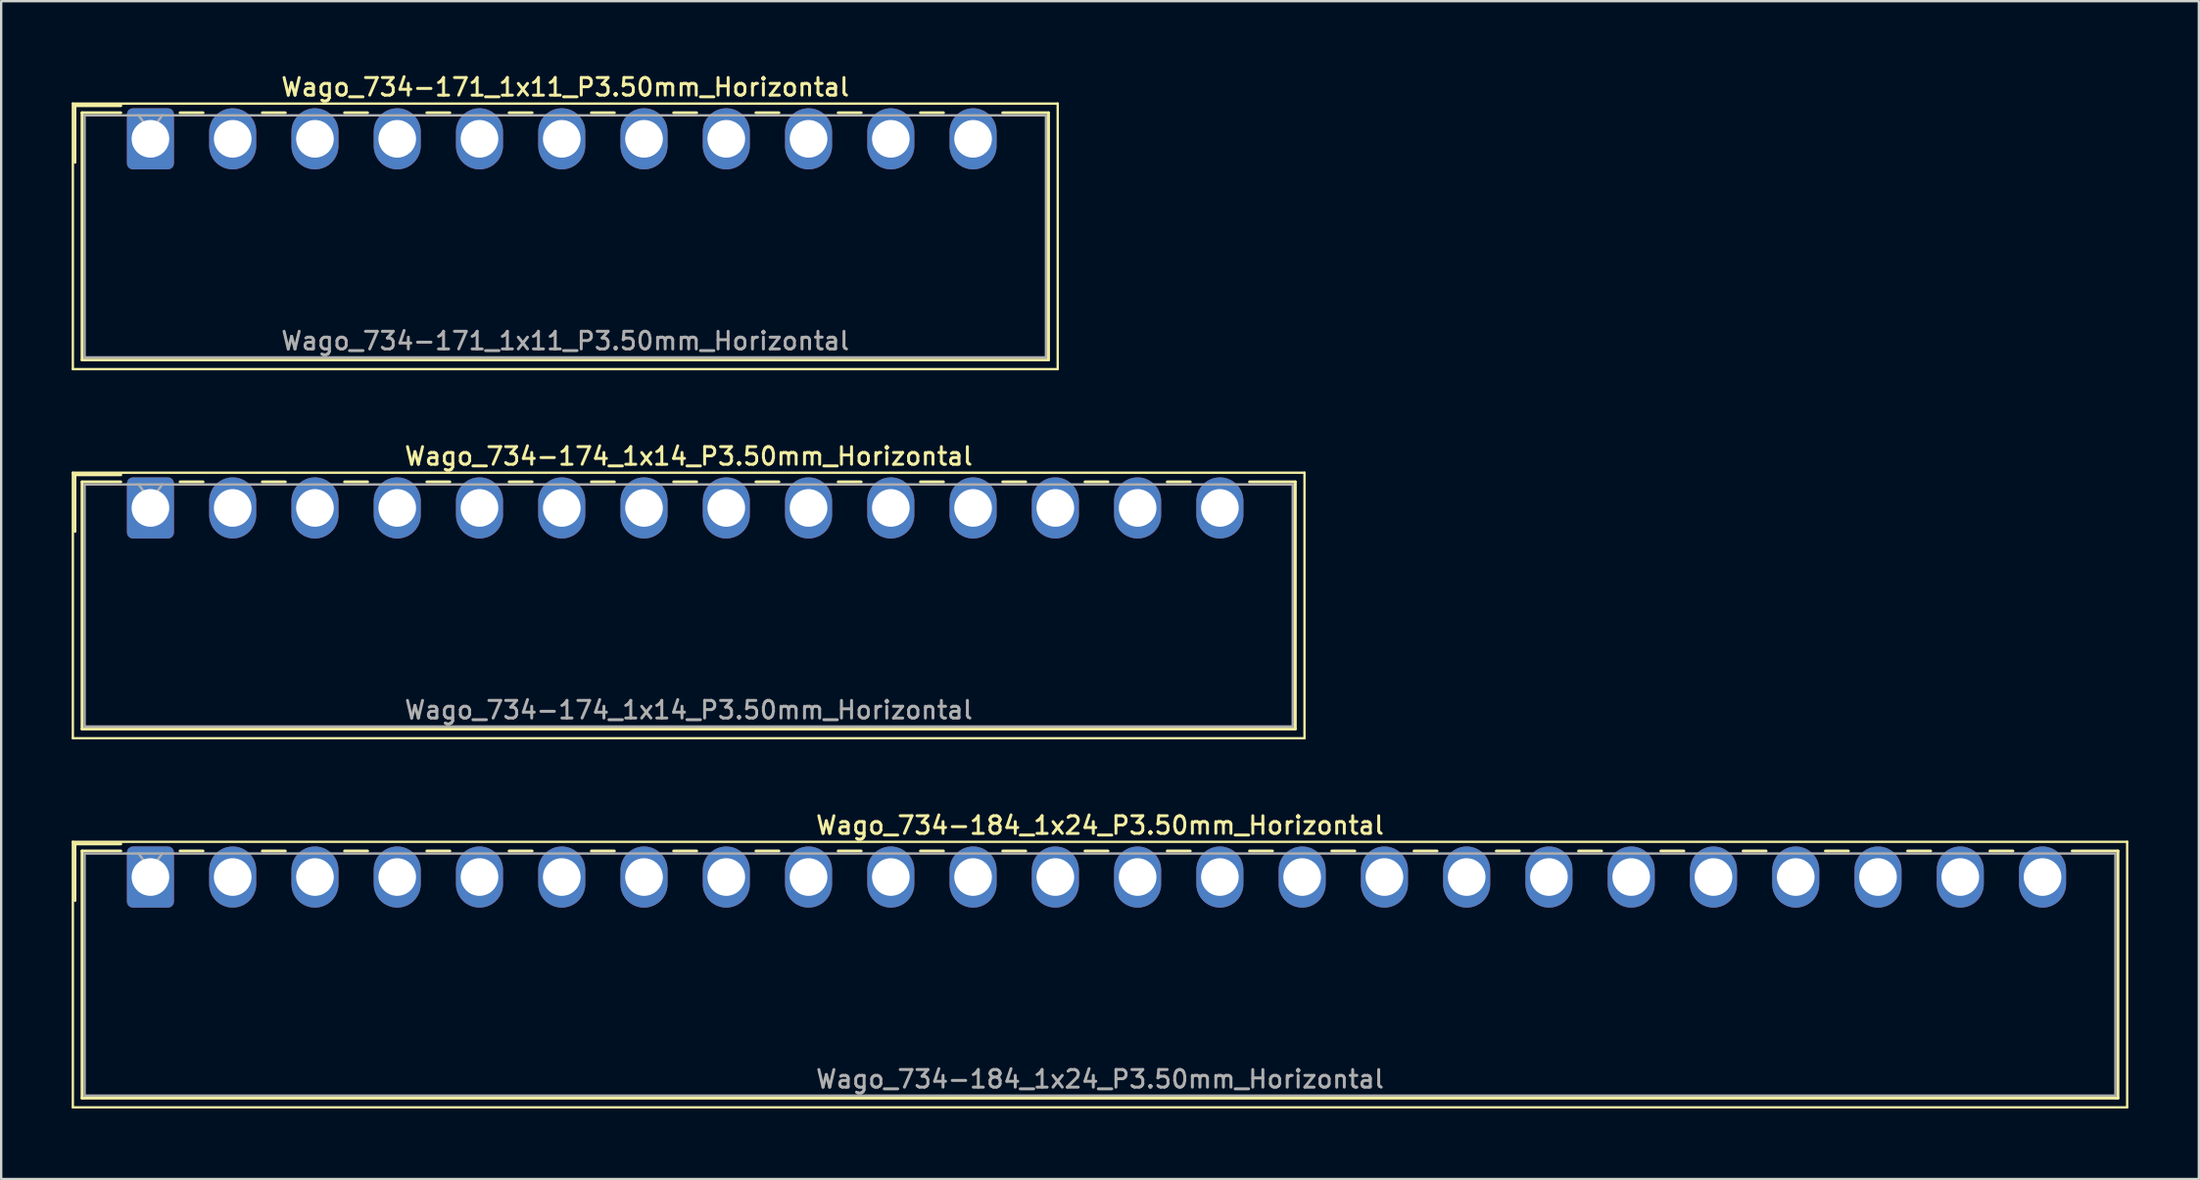
<source format=kicad_pcb>
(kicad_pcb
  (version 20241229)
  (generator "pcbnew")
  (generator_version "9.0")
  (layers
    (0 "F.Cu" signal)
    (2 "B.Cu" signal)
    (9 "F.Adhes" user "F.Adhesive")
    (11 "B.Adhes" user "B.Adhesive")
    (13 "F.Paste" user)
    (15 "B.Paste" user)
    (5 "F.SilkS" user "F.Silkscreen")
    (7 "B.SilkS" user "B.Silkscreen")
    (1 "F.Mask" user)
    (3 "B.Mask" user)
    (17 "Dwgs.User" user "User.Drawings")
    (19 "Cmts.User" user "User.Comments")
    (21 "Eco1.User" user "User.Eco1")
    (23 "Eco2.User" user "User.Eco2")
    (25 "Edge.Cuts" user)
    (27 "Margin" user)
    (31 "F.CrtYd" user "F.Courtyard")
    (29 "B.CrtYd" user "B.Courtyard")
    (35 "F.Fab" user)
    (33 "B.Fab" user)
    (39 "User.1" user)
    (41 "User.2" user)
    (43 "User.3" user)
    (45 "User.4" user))
  (footprint "Wago_734-171_1x11_P3.50mm_Horizontal"
    (layer "F.Cu")
    (at 3.35 2.858)
    (property "Reference" "Wago_734-171_1x11_P3.50mm_Horizontal" (at 17.65 -2.2 0) (layer "F.SilkS") (effects (font (size 0.75 0.75) (thickness 0.125))))
    (attr through_hole)
    (fp_line (start -3.3 -1.5) (end -3.3 9.8) (stroke (width 0.1) (type solid)) (layer "F.SilkS"))
    (fp_line (start -3.3 9.8) (end 38.6 9.8) (stroke (width 0.1) (type solid)) (layer "F.SilkS"))
    (fp_line (start -3.21 -1.41) (end -1.26 -1.41) (stroke (width 0.12) (type solid)) (layer "F.SilkS"))
    (fp_line (start -3.21 1) (end -3.21 -1.41) (stroke (width 0.12) (type solid)) (layer "F.SilkS"))
    (fp_line (start -2.91 -1.11) (end -2.91 9.41) (stroke (width 0.12) (type solid)) (layer "F.SilkS"))
    (fp_line (start -2.91 9.41) (end 38.21 9.41) (stroke (width 0.12) (type solid)) (layer "F.SilkS"))
    (fp_line (start -1.26 -1.11) (end -2.91 -1.11) (stroke (width 0.12) (type solid)) (layer "F.SilkS"))
    (fp_line (start 1.26 -1.11) (end 2.24 -1.11) (stroke (width 0.12) (type solid)) (layer "F.SilkS"))
    (fp_line (start 4.76 -1.11) (end 5.74 -1.11) (stroke (width 0.12) (type solid)) (layer "F.SilkS"))
    (fp_line (start 8.26 -1.11) (end 9.24 -1.11) (stroke (width 0.12) (type solid)) (layer "F.SilkS"))
    (fp_line (start 11.76 -1.11) (end 12.74 -1.11) (stroke (width 0.12) (type solid)) (layer "F.SilkS"))
    (fp_line (start 15.26 -1.11) (end 16.24 -1.11) (stroke (width 0.12) (type solid)) (layer "F.SilkS"))
    (fp_line (start 18.76 -1.11) (end 19.74 -1.11) (stroke (width 0.12) (type solid)) (layer "F.SilkS"))
    (fp_line (start 22.26 -1.11) (end 23.24 -1.11) (stroke (width 0.12) (type solid)) (layer "F.SilkS"))
    (fp_line (start 25.76 -1.11) (end 26.74 -1.11) (stroke (width 0.12) (type solid)) (layer "F.SilkS"))
    (fp_line (start 29.26 -1.11) (end 30.24 -1.11) (stroke (width 0.12) (type solid)) (layer "F.SilkS"))
    (fp_line (start 32.76 -1.11) (end 33.74 -1.11) (stroke (width 0.12) (type solid)) (layer "F.SilkS"))
    (fp_line (start 38.21 -1.11) (end 36.26 -1.11) (stroke (width 0.12) (type solid)) (layer "F.SilkS"))
    (fp_line (start 38.21 9.41) (end 38.21 -1.11) (stroke (width 0.12) (type solid)) (layer "F.SilkS"))
    (fp_line (start 38.6 -1.5) (end -3.3 -1.5) (stroke (width 0.1) (type solid)) (layer "F.SilkS"))
    (fp_line (start 38.6 9.8) (end 38.6 -1.5) (stroke (width 0.1) (type solid)) (layer "F.SilkS"))
    (fp_line (start -2.8 -1) (end -2.8 9.3) (stroke (width 0.1) (type solid)) (layer "F.Fab"))
    (fp_line (start -2.8 9.3) (end 38.1 9.3) (stroke (width 0.1) (type solid)) (layer "F.Fab"))
    (fp_line (start -0.5 -1) (end 0 -0.293) (stroke (width 0.1) (type solid)) (layer "F.Fab"))
    (fp_line (start 0 -0.293) (end 0.5 -1) (stroke (width 0.1) (type solid)) (layer "F.Fab"))
    (fp_line (start 38.1 -1) (end -2.8 -1) (stroke (width 0.1) (type solid)) (layer "F.Fab"))
    (fp_line (start 38.1 9.3) (end 38.1 -1) (stroke (width 0.1) (type solid)) (layer "F.Fab"))
    (fp_text user "${REFERENCE}" (at 17.65 8.6 0) (layer "F.Fab") (effects (font (size 0.75 0.75) (thickness 0.125))))
    (pad "1" thru_hole roundrect (at 0 0) (size 2 2.6) (drill 1.6) (layers "*.Cu" "*.Mask") (roundrect_rratio 0.125))
    (pad "2" thru_hole oval (at 3.5 0) (size 2 2.6) (drill 1.6) (layers "*.Cu" "*.Mask"))
    (pad "3" thru_hole oval (at 7 0) (size 2 2.6) (drill 1.6) (layers "*.Cu" "*.Mask"))
    (pad "4" thru_hole oval (at 10.5 0) (size 2 2.6) (drill 1.6) (layers "*.Cu" "*.Mask"))
    (pad "5" thru_hole oval (at 14 0) (size 2 2.6) (drill 1.6) (layers "*.Cu" "*.Mask"))
    (pad "6" thru_hole oval (at 17.5 0) (size 2 2.6) (drill 1.6) (layers "*.Cu" "*.Mask"))
    (pad "7" thru_hole oval (at 21 0) (size 2 2.6) (drill 1.6) (layers "*.Cu" "*.Mask"))
    (pad "8" thru_hole oval (at 24.5 0) (size 2 2.6) (drill 1.6) (layers "*.Cu" "*.Mask"))
    (pad "9" thru_hole oval (at 28 0) (size 2 2.6) (drill 1.6) (layers "*.Cu" "*.Mask"))
    (pad "10" thru_hole oval (at 31.5 0) (size 2 2.6) (drill 1.6) (layers "*.Cu" "*.Mask"))
    (pad "11" thru_hole oval (at 35 0) (size 2 2.6) (drill 1.6) (layers "*.Cu" "*.Mask")))
  (footprint "Wago_734-174_1x14_P3.50mm_Horizontal"
    (layer "F.Cu")
    (at 3.35 18.566)
    (property "Reference" "Wago_734-174_1x14_P3.50mm_Horizontal" (at 22.9 -2.2 0) (layer "F.SilkS") (effects (font (size 0.75 0.75) (thickness 0.125))))
    (attr through_hole)
    (fp_line (start -3.3 -1.5) (end -3.3 9.8) (stroke (width 0.1) (type solid)) (layer "F.SilkS"))
    (fp_line (start -3.3 9.8) (end 49.1 9.8) (stroke (width 0.1) (type solid)) (layer "F.SilkS"))
    (fp_line (start -3.21 -1.41) (end -1.26 -1.41) (stroke (width 0.12) (type solid)) (layer "F.SilkS"))
    (fp_line (start -3.21 1) (end -3.21 -1.41) (stroke (width 0.12) (type solid)) (layer "F.SilkS"))
    (fp_line (start -2.91 -1.11) (end -2.91 9.41) (stroke (width 0.12) (type solid)) (layer "F.SilkS"))
    (fp_line (start -2.91 9.41) (end 48.71 9.41) (stroke (width 0.12) (type solid)) (layer "F.SilkS"))
    (fp_line (start -1.26 -1.11) (end -2.91 -1.11) (stroke (width 0.12) (type solid)) (layer "F.SilkS"))
    (fp_line (start 1.26 -1.11) (end 2.24 -1.11) (stroke (width 0.12) (type solid)) (layer "F.SilkS"))
    (fp_line (start 4.76 -1.11) (end 5.74 -1.11) (stroke (width 0.12) (type solid)) (layer "F.SilkS"))
    (fp_line (start 8.26 -1.11) (end 9.24 -1.11) (stroke (width 0.12) (type solid)) (layer "F.SilkS"))
    (fp_line (start 11.76 -1.11) (end 12.74 -1.11) (stroke (width 0.12) (type solid)) (layer "F.SilkS"))
    (fp_line (start 15.26 -1.11) (end 16.24 -1.11) (stroke (width 0.12) (type solid)) (layer "F.SilkS"))
    (fp_line (start 18.76 -1.11) (end 19.74 -1.11) (stroke (width 0.12) (type solid)) (layer "F.SilkS"))
    (fp_line (start 22.26 -1.11) (end 23.24 -1.11) (stroke (width 0.12) (type solid)) (layer "F.SilkS"))
    (fp_line (start 25.76 -1.11) (end 26.74 -1.11) (stroke (width 0.12) (type solid)) (layer "F.SilkS"))
    (fp_line (start 29.26 -1.11) (end 30.24 -1.11) (stroke (width 0.12) (type solid)) (layer "F.SilkS"))
    (fp_line (start 32.76 -1.11) (end 33.74 -1.11) (stroke (width 0.12) (type solid)) (layer "F.SilkS"))
    (fp_line (start 36.26 -1.11) (end 37.24 -1.11) (stroke (width 0.12) (type solid)) (layer "F.SilkS"))
    (fp_line (start 39.76 -1.11) (end 40.74 -1.11) (stroke (width 0.12) (type solid)) (layer "F.SilkS"))
    (fp_line (start 43.26 -1.11) (end 44.24 -1.11) (stroke (width 0.12) (type solid)) (layer "F.SilkS"))
    (fp_line (start 48.71 -1.11) (end 46.76 -1.11) (stroke (width 0.12) (type solid)) (layer "F.SilkS"))
    (fp_line (start 48.71 9.41) (end 48.71 -1.11) (stroke (width 0.12) (type solid)) (layer "F.SilkS"))
    (fp_line (start 49.1 -1.5) (end -3.3 -1.5) (stroke (width 0.1) (type solid)) (layer "F.SilkS"))
    (fp_line (start 49.1 9.8) (end 49.1 -1.5) (stroke (width 0.1) (type solid)) (layer "F.SilkS"))
    (fp_line (start -2.8 -1) (end -2.8 9.3) (stroke (width 0.1) (type solid)) (layer "F.Fab"))
    (fp_line (start -2.8 9.3) (end 48.6 9.3) (stroke (width 0.1) (type solid)) (layer "F.Fab"))
    (fp_line (start -0.5 -1) (end 0 -0.293) (stroke (width 0.1) (type solid)) (layer "F.Fab"))
    (fp_line (start 0 -0.293) (end 0.5 -1) (stroke (width 0.1) (type solid)) (layer "F.Fab"))
    (fp_line (start 48.6 -1) (end -2.8 -1) (stroke (width 0.1) (type solid)) (layer "F.Fab"))
    (fp_line (start 48.6 9.3) (end 48.6 -1) (stroke (width 0.1) (type solid)) (layer "F.Fab"))
    (fp_text user "${REFERENCE}" (at 22.9 8.6 0) (layer "F.Fab") (effects (font (size 0.75 0.75) (thickness 0.125))))
    (pad "1" thru_hole roundrect (at 0 0) (size 2 2.6) (drill 1.6) (layers "*.Cu" "*.Mask") (roundrect_rratio 0.125))
    (pad "2" thru_hole oval (at 3.5 0) (size 2 2.6) (drill 1.6) (layers "*.Cu" "*.Mask"))
    (pad "3" thru_hole oval (at 7 0) (size 2 2.6) (drill 1.6) (layers "*.Cu" "*.Mask"))
    (pad "4" thru_hole oval (at 10.5 0) (size 2 2.6) (drill 1.6) (layers "*.Cu" "*.Mask"))
    (pad "5" thru_hole oval (at 14 0) (size 2 2.6) (drill 1.6) (layers "*.Cu" "*.Mask"))
    (pad "6" thru_hole oval (at 17.5 0) (size 2 2.6) (drill 1.6) (layers "*.Cu" "*.Mask"))
    (pad "7" thru_hole oval (at 21 0) (size 2 2.6) (drill 1.6) (layers "*.Cu" "*.Mask"))
    (pad "8" thru_hole oval (at 24.5 0) (size 2 2.6) (drill 1.6) (layers "*.Cu" "*.Mask"))
    (pad "9" thru_hole oval (at 28 0) (size 2 2.6) (drill 1.6) (layers "*.Cu" "*.Mask"))
    (pad "10" thru_hole oval (at 31.5 0) (size 2 2.6) (drill 1.6) (layers "*.Cu" "*.Mask"))
    (pad "11" thru_hole oval (at 35 0) (size 2 2.6) (drill 1.6) (layers "*.Cu" "*.Mask"))
    (pad "12" thru_hole oval (at 38.5 0) (size 2 2.6) (drill 1.6) (layers "*.Cu" "*.Mask"))
    (pad "13" thru_hole oval (at 42 0) (size 2 2.6) (drill 1.6) (layers "*.Cu" "*.Mask"))
    (pad "14" thru_hole oval (at 45.5 0) (size 2 2.6) (drill 1.6) (layers "*.Cu" "*.Mask")))
  (footprint "Wago_734-184_1x24_P3.50mm_Horizontal"
    (layer "F.Cu")
    (at 3.35 34.274)
    (property "Reference" "Wago_734-184_1x24_P3.50mm_Horizontal" (at 40.4 -2.2 0) (layer "F.SilkS") (effects (font (size 0.75 0.75) (thickness 0.125))))
    (attr through_hole)
    (fp_line (start -3.3 -1.5) (end -3.3 9.8) (stroke (width 0.1) (type solid)) (layer "F.SilkS"))
    (fp_line (start -3.3 9.8) (end 84.1 9.8) (stroke (width 0.1) (type solid)) (layer "F.SilkS"))
    (fp_line (start -3.21 -1.41) (end -1.26 -1.41) (stroke (width 0.12) (type solid)) (layer "F.SilkS"))
    (fp_line (start -3.21 1) (end -3.21 -1.41) (stroke (width 0.12) (type solid)) (layer "F.SilkS"))
    (fp_line (start -2.91 -1.11) (end -2.91 9.41) (stroke (width 0.12) (type solid)) (layer "F.SilkS"))
    (fp_line (start -2.91 9.41) (end 83.71 9.41) (stroke (width 0.12) (type solid)) (layer "F.SilkS"))
    (fp_line (start -1.26 -1.11) (end -2.91 -1.11) (stroke (width 0.12) (type solid)) (layer "F.SilkS"))
    (fp_line (start 1.26 -1.11) (end 2.24 -1.11) (stroke (width 0.12) (type solid)) (layer "F.SilkS"))
    (fp_line (start 4.76 -1.11) (end 5.74 -1.11) (stroke (width 0.12) (type solid)) (layer "F.SilkS"))
    (fp_line (start 8.26 -1.11) (end 9.24 -1.11) (stroke (width 0.12) (type solid)) (layer "F.SilkS"))
    (fp_line (start 11.76 -1.11) (end 12.74 -1.11) (stroke (width 0.12) (type solid)) (layer "F.SilkS"))
    (fp_line (start 15.26 -1.11) (end 16.24 -1.11) (stroke (width 0.12) (type solid)) (layer "F.SilkS"))
    (fp_line (start 18.76 -1.11) (end 19.74 -1.11) (stroke (width 0.12) (type solid)) (layer "F.SilkS"))
    (fp_line (start 22.26 -1.11) (end 23.24 -1.11) (stroke (width 0.12) (type solid)) (layer "F.SilkS"))
    (fp_line (start 25.76 -1.11) (end 26.74 -1.11) (stroke (width 0.12) (type solid)) (layer "F.SilkS"))
    (fp_line (start 29.26 -1.11) (end 30.24 -1.11) (stroke (width 0.12) (type solid)) (layer "F.SilkS"))
    (fp_line (start 32.76 -1.11) (end 33.74 -1.11) (stroke (width 0.12) (type solid)) (layer "F.SilkS"))
    (fp_line (start 36.26 -1.11) (end 37.24 -1.11) (stroke (width 0.12) (type solid)) (layer "F.SilkS"))
    (fp_line (start 39.76 -1.11) (end 40.74 -1.11) (stroke (width 0.12) (type solid)) (layer "F.SilkS"))
    (fp_line (start 43.26 -1.11) (end 44.24 -1.11) (stroke (width 0.12) (type solid)) (layer "F.SilkS"))
    (fp_line (start 46.76 -1.11) (end 47.74 -1.11) (stroke (width 0.12) (type solid)) (layer "F.SilkS"))
    (fp_line (start 50.26 -1.11) (end 51.24 -1.11) (stroke (width 0.12) (type solid)) (layer "F.SilkS"))
    (fp_line (start 53.76 -1.11) (end 54.74 -1.11) (stroke (width 0.12) (type solid)) (layer "F.SilkS"))
    (fp_line (start 57.26 -1.11) (end 58.24 -1.11) (stroke (width 0.12) (type solid)) (layer "F.SilkS"))
    (fp_line (start 60.76 -1.11) (end 61.74 -1.11) (stroke (width 0.12) (type solid)) (layer "F.SilkS"))
    (fp_line (start 64.26 -1.11) (end 65.24 -1.11) (stroke (width 0.12) (type solid)) (layer "F.SilkS"))
    (fp_line (start 67.76 -1.11) (end 68.74 -1.11) (stroke (width 0.12) (type solid)) (layer "F.SilkS"))
    (fp_line (start 71.26 -1.11) (end 72.24 -1.11) (stroke (width 0.12) (type solid)) (layer "F.SilkS"))
    (fp_line (start 74.76 -1.11) (end 75.74 -1.11) (stroke (width 0.12) (type solid)) (layer "F.SilkS"))
    (fp_line (start 78.26 -1.11) (end 79.24 -1.11) (stroke (width 0.12) (type solid)) (layer "F.SilkS"))
    (fp_line (start 83.71 -1.11) (end 81.76 -1.11) (stroke (width 0.12) (type solid)) (layer "F.SilkS"))
    (fp_line (start 83.71 9.41) (end 83.71 -1.11) (stroke (width 0.12) (type solid)) (layer "F.SilkS"))
    (fp_line (start 84.1 -1.5) (end -3.3 -1.5) (stroke (width 0.1) (type solid)) (layer "F.SilkS"))
    (fp_line (start 84.1 9.8) (end 84.1 -1.5) (stroke (width 0.1) (type solid)) (layer "F.SilkS"))
    (fp_line (start -2.8 -1) (end -2.8 9.3) (stroke (width 0.1) (type solid)) (layer "F.Fab"))
    (fp_line (start -2.8 9.3) (end 83.6 9.3) (stroke (width 0.1) (type solid)) (layer "F.Fab"))
    (fp_line (start -0.5 -1) (end 0 -0.293) (stroke (width 0.1) (type solid)) (layer "F.Fab"))
    (fp_line (start 0 -0.293) (end 0.5 -1) (stroke (width 0.1) (type solid)) (layer "F.Fab"))
    (fp_line (start 83.6 -1) (end -2.8 -1) (stroke (width 0.1) (type solid)) (layer "F.Fab"))
    (fp_line (start 83.6 9.3) (end 83.6 -1) (stroke (width 0.1) (type solid)) (layer "F.Fab"))
    (fp_text user "${REFERENCE}" (at 40.4 8.6 0) (layer "F.Fab") (effects (font (size 0.75 0.75) (thickness 0.125))))
    (pad "1" thru_hole roundrect (at 0 0) (size 2 2.6) (drill 1.6) (layers "*.Cu" "*.Mask") (roundrect_rratio 0.125))
    (pad "2" thru_hole oval (at 3.5 0) (size 2 2.6) (drill 1.6) (layers "*.Cu" "*.Mask"))
    (pad "3" thru_hole oval (at 7 0) (size 2 2.6) (drill 1.6) (layers "*.Cu" "*.Mask"))
    (pad "4" thru_hole oval (at 10.5 0) (size 2 2.6) (drill 1.6) (layers "*.Cu" "*.Mask"))
    (pad "5" thru_hole oval (at 14 0) (size 2 2.6) (drill 1.6) (layers "*.Cu" "*.Mask"))
    (pad "6" thru_hole oval (at 17.5 0) (size 2 2.6) (drill 1.6) (layers "*.Cu" "*.Mask"))
    (pad "7" thru_hole oval (at 21 0) (size 2 2.6) (drill 1.6) (layers "*.Cu" "*.Mask"))
    (pad "8" thru_hole oval (at 24.5 0) (size 2 2.6) (drill 1.6) (layers "*.Cu" "*.Mask"))
    (pad "9" thru_hole oval (at 28 0) (size 2 2.6) (drill 1.6) (layers "*.Cu" "*.Mask"))
    (pad "10" thru_hole oval (at 31.5 0) (size 2 2.6) (drill 1.6) (layers "*.Cu" "*.Mask"))
    (pad "11" thru_hole oval (at 35 0) (size 2 2.6) (drill 1.6) (layers "*.Cu" "*.Mask"))
    (pad "12" thru_hole oval (at 38.5 0) (size 2 2.6) (drill 1.6) (layers "*.Cu" "*.Mask"))
    (pad "13" thru_hole oval (at 42 0) (size 2 2.6) (drill 1.6) (layers "*.Cu" "*.Mask"))
    (pad "14" thru_hole oval (at 45.5 0) (size 2 2.6) (drill 1.6) (layers "*.Cu" "*.Mask"))
    (pad "15" thru_hole oval (at 49 0) (size 2 2.6) (drill 1.6) (layers "*.Cu" "*.Mask"))
    (pad "16" thru_hole oval (at 52.5 0) (size 2 2.6) (drill 1.6) (layers "*.Cu" "*.Mask"))
    (pad "17" thru_hole oval (at 56 0) (size 2 2.6) (drill 1.6) (layers "*.Cu" "*.Mask"))
    (pad "18" thru_hole oval (at 59.5 0) (size 2 2.6) (drill 1.6) (layers "*.Cu" "*.Mask"))
    (pad "19" thru_hole oval (at 63 0) (size 2 2.6) (drill 1.6) (layers "*.Cu" "*.Mask"))
    (pad "20" thru_hole oval (at 66.5 0) (size 2 2.6) (drill 1.6) (layers "*.Cu" "*.Mask"))
    (pad "21" thru_hole oval (at 70 0) (size 2 2.6) (drill 1.6) (layers "*.Cu" "*.Mask"))
    (pad "22" thru_hole oval (at 73.5 0) (size 2 2.6) (drill 1.6) (layers "*.Cu" "*.Mask"))
    (pad "23" thru_hole oval (at 77 0) (size 2 2.6) (drill 1.6) (layers "*.Cu" "*.Mask"))
    (pad "24" thru_hole oval (at 80.5 0) (size 2 2.6) (drill 1.6) (layers "*.Cu" "*.Mask")))
  (gr_rect
    (start -3 -3)
    (end 90.5 47.124)
    (stroke (width 0.1) (type default))
    (fill no)
    (layer "Edge.Cuts")))
</source>
